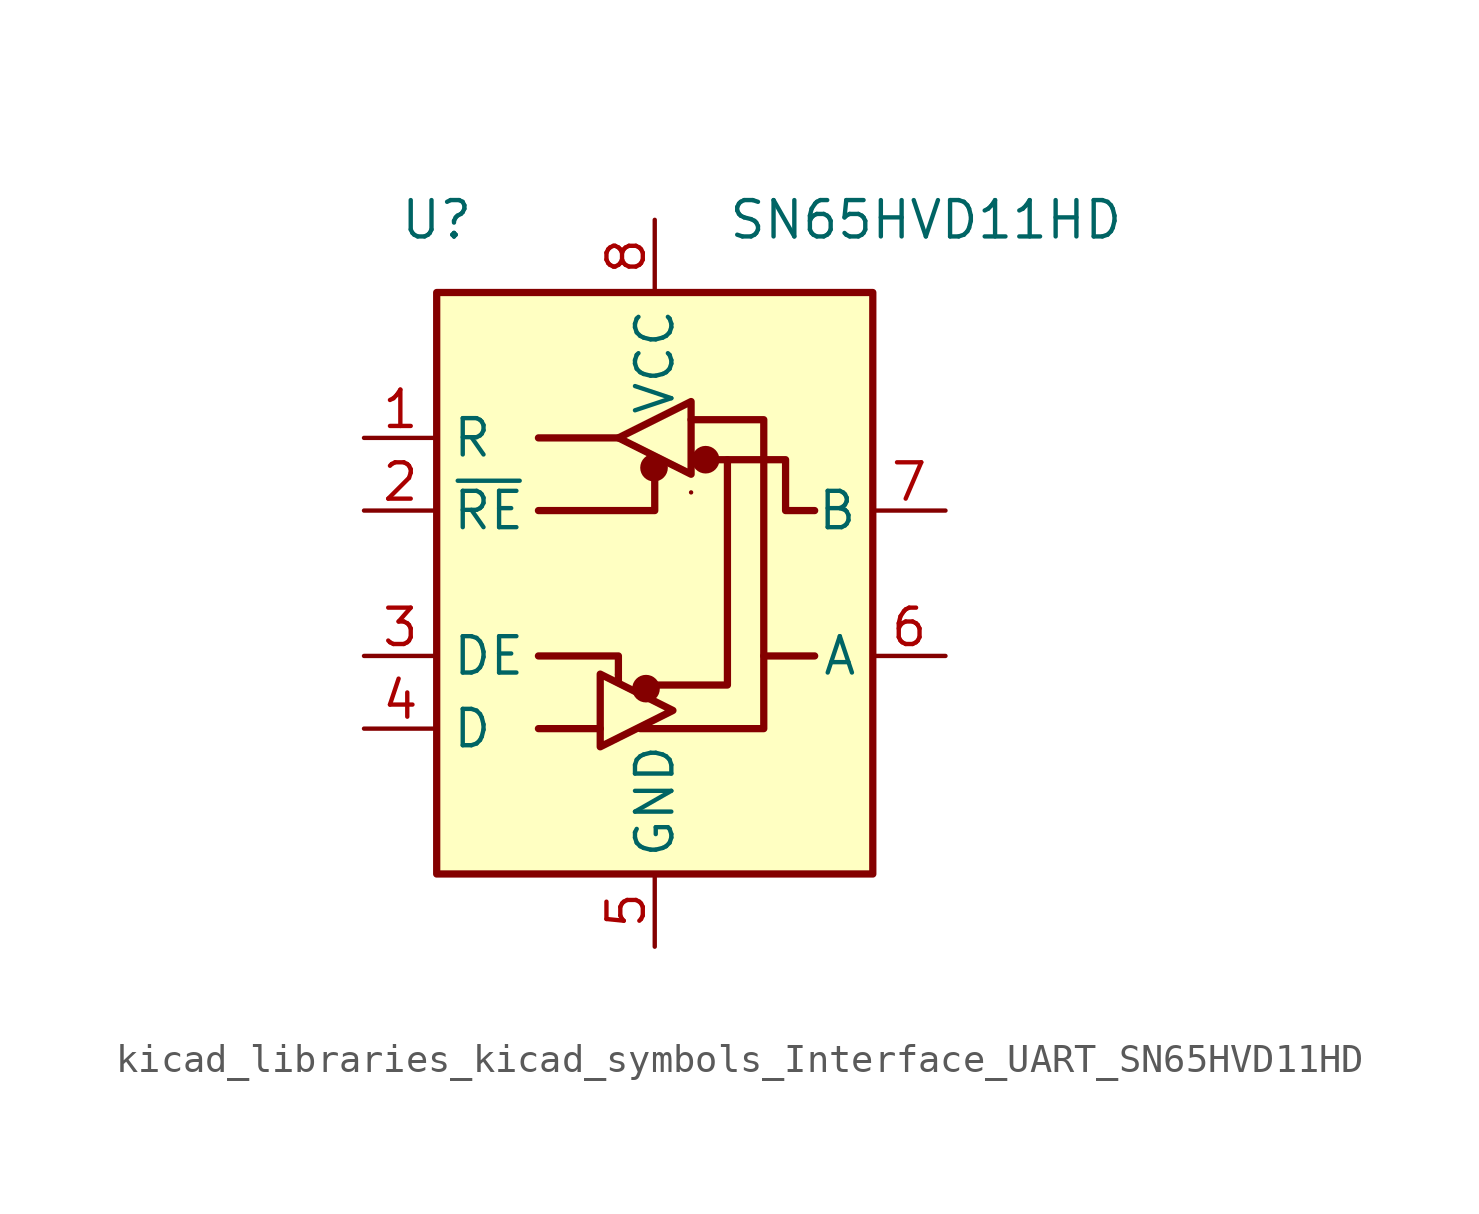
<source format=kicad_sym>
(kicad_symbol_lib
  (version 20220914)
  (generator kicad_symbol_editor)
  (symbol "kicad_libraries_kicad_symbols_Interface_UART_SN65HVD11HD"
    (property "Reference" "U"
      (at -7.62 12.7 0)
      (effects (font (size 1.27 1.27))))
    (property "Value" "SN65HVD11HD"
      (at 2.54 12.7 0)
      (effects (font (size 1.27 1.27)) (justify left)))
    (symbol "kicad_libraries_kicad_symbols_Interface_UART_SN65HVD11HD_0_1"
      (rectangle (start -7.62 10.16) (end 7.62 -10.16) (stroke (width 0.254) (type default)) (fill (type background)))
      (circle (center -0.305 -3.683) (radius 0.356) (stroke (width 0.254) (type default)) (fill (type outline)))
      (circle (center -0.025 4.039) (radius 0.356) (stroke (width 0.254) (type default)) (fill (type outline)))
      (polyline (pts (xy -4.064 -5.08) (xy -1.905 -5.08)) (stroke (width 0.254) (type default)) (fill (type none)))
      (polyline (pts (xy -4.064 5.08) (xy -1.27 5.08)) (stroke (width 0.254) (type default)) (fill (type none)))
      (polyline (pts (xy -1.27 -3.2) (xy -1.27 -3.454)) (stroke (width 0.254) (type default)) (fill (type none)))
      (polyline (pts (xy -4.064 -2.54) (xy -1.27 -2.54) (xy -1.27 -3.175)) (stroke (width 0.254) (type default)) (fill (type none)))
      (polyline (pts (xy 0 3.81) (xy 0 2.54) (xy -4.064 2.54)) (stroke (width 0.254) (type default)) (fill (type none)))
      (polyline (pts (xy 1.27 5.715) (xy 3.81 5.715) (xy 3.81 -2.54)) (stroke (width 0.254) (type default)) (fill (type none)))
      (polyline (pts (xy 2.54 4.318) (xy 2.54 -3.556) (xy -0.254 -3.556)) (stroke (width 0.254) (type default)) (fill (type none)))
      (polyline (pts (xy -1.905 -3.175) (xy -1.905 -5.715) (xy 0.635 -4.445) (xy -1.905 -3.175)) (stroke (width 0.254) (type default)) (fill (type none)))
      (polyline (pts (xy -1.27 5.08) (xy 1.27 6.35) (xy 1.27 3.81) (xy -1.27 5.08)) (stroke (width 0.254) (type default)) (fill (type none)))
      (polyline (pts (xy -0.508 -5.08) (xy 3.81 -5.08) (xy 3.81 -2.54) (xy 5.588 -2.54)) (stroke (width 0.254) (type default)) (fill (type none)))
      (polyline (pts (xy 2.032 4.318) (xy 4.572 4.318) (xy 4.572 2.54) (xy 5.588 2.54)) (stroke (width 0.254) (type default)) (fill (type none)))
      (rectangle (start 1.27 3.175) (end 1.27 3.175) (stroke (width 0) (type default)) (fill (type none)))
      (circle (center 1.778 4.318) (radius 0.356) (stroke (width 0.254) (type default)) (fill (type outline))))
    (symbol "kicad_libraries_kicad_symbols_Interface_UART_SN65HVD11HD_1_1"
      (pin output line (at -10.16 5.08 0) (length 2.54) (name "R" (effects (font (size 1.27 1.27)))) (number "1" (effects (font (size 1.27 1.27)))))
      (pin input line (at -10.16 2.54 0) (length 2.54) (name "~{RE}" (effects (font (size 1.27 1.27)))) (number "2" (effects (font (size 1.27 1.27)))))
      (pin input line (at -10.16 -2.54 0) (length 2.54) (name "DE" (effects (font (size 1.27 1.27)))) (number "3" (effects (font (size 1.27 1.27)))))
      (pin input line (at -10.16 -5.08 0) (length 2.54) (name "D" (effects (font (size 1.27 1.27)))) (number "4" (effects (font (size 1.27 1.27)))))
      (pin power_in line (at 0 -12.7 90) (length 2.54) (name "GND" (effects (font (size 1.27 1.27)))) (number "5" (effects (font (size 1.27 1.27)))))
      (pin bidirectional line (at 10.16 -2.54 180) (length 2.54) (name "A" (effects (font (size 1.27 1.27)))) (number "6" (effects (font (size 1.27 1.27)))))
      (pin bidirectional line (at 10.16 2.54 180) (length 2.54) (name "B" (effects (font (size 1.27 1.27)))) (number "7" (effects (font (size 1.27 1.27)))))
      (pin power_in line (at 0 12.7 270) (length 2.54) (name "VCC" (effects (font (size 1.27 1.27)))) (number "8" (effects (font (size 1.27 1.27))))))))
</source>
